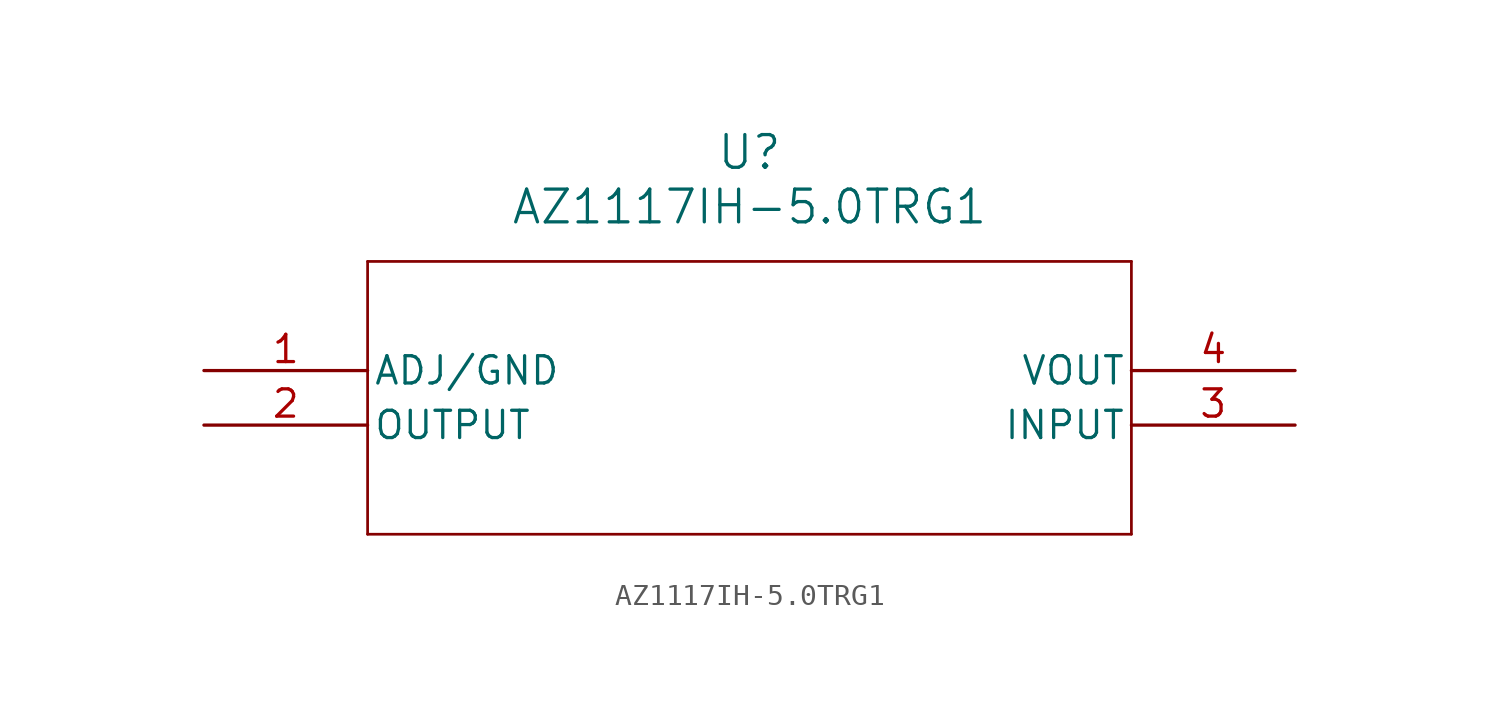
<source format=kicad_sym>
(kicad_symbol_lib
  (version 20211014)
  (generator kicad_symbol_editor)
  (symbol "AZ1117IH-5.0TRG1"
    (pin_names
      (offset 0.254))
    (property "Reference" "U"
      (at 25.4 10.16 0)
      (effects (font (size 1.524 1.524))))
    (property "Value" "AZ1117IH-5.0TRG1"
      (at 25.4 7.62 0)
      (effects (font (size 1.524 1.524))))
    (symbol "AZ1117IH-5.0TRG1_0_1"
      (polyline (pts (xy 7.62 5.08) (xy 7.62 -7.62)) (stroke (width 0.127) (type default) (color 0 0 0 0)) (fill (type none)))
      (polyline (pts (xy 7.62 -7.62) (xy 43.18 -7.62)) (stroke (width 0.127) (type default) (color 0 0 0 0)) (fill (type none)))
      (polyline (pts (xy 43.18 -7.62) (xy 43.18 5.08)) (stroke (width 0.127) (type default) (color 0 0 0 0)) (fill (type none)))
      (polyline (pts (xy 43.18 5.08) (xy 7.62 5.08)) (stroke (width 0.127) (type default) (color 0 0 0 0)) (fill (type none)))
      (pin power_out line (at 0 0 0) (length 7.62) (name "ADJ/GND" (effects (font (size 1.27 1.27)))) (number "1" (effects (font (size 1.27 1.27)))))
      (pin output line (at 0 -2.54 0) (length 7.62) (name "OUTPUT" (effects (font (size 1.27 1.27)))) (number "2" (effects (font (size 1.27 1.27)))))
      (pin input line (at 50.8 -2.54 180) (length 7.62) (name "INPUT" (effects (font (size 1.27 1.27)))) (number "3" (effects (font (size 1.27 1.27)))))
      (pin output line (at 50.8 0 180) (length 7.62) (name "VOUT" (effects (font (size 1.27 1.27)))) (number "4" (effects (font (size 1.27 1.27))))))))
</source>
